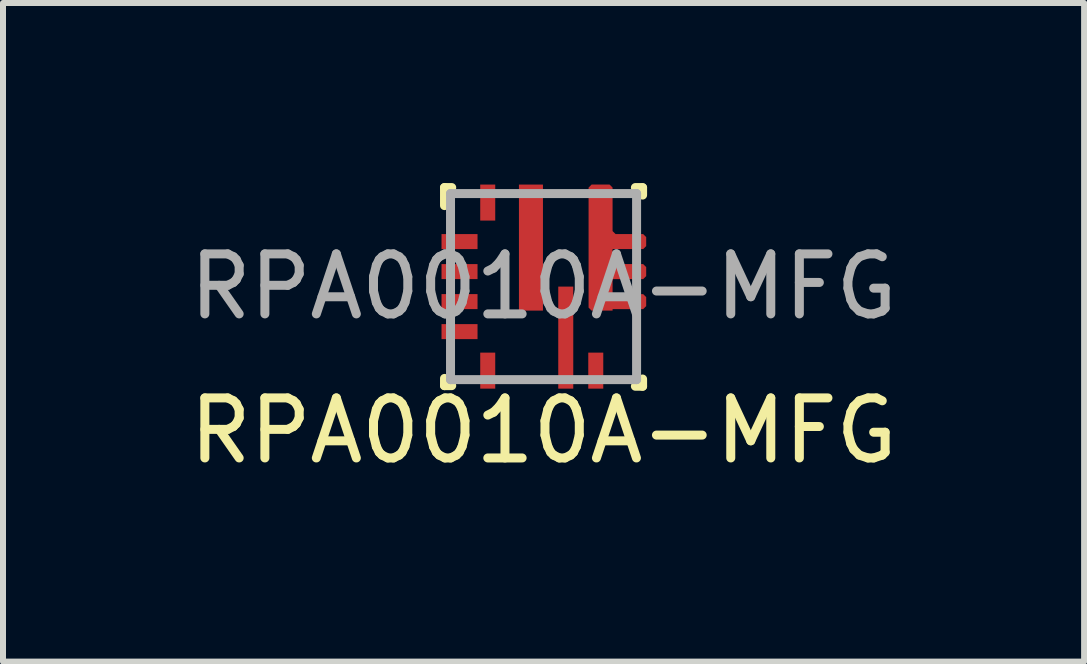
<source format=kicad_pcb>
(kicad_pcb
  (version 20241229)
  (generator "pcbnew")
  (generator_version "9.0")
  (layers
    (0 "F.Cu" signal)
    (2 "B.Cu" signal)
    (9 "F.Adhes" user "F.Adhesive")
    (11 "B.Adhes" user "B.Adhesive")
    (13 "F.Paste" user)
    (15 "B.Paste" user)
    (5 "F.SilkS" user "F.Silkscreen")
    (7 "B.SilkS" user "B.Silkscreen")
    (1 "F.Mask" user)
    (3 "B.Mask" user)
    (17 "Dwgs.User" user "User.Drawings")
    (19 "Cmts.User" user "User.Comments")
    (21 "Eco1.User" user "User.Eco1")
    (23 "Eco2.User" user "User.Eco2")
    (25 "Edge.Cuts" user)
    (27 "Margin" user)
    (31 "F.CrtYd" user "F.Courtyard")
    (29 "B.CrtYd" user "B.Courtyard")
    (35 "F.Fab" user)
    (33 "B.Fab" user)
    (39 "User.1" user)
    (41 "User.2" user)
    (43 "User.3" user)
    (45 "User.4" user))
  (footprint "RPA0010A-MFG"
    (layer "F.Cu")
    (at 6.006 1.725)
    (property "Reference" "RPA0010A-MFG" (at 0 2.4 0) (unlocked yes) (layer "F.SilkS") (effects (font (size 1 1) (thickness 0.15))))
    (attr smd)
    (fp_line (start -1.65 -1.65) (end -1.53 -1.65) (stroke (width 0.15) (type solid)) (layer "F.SilkS"))
    (fp_line (start -1.65 -1.35) (end -1.65 -1.65) (stroke (width 0.15) (type solid)) (layer "F.SilkS"))
    (fp_line (start -1.65 1.65) (end -1.65 1.53) (stroke (width 0.15) (type solid)) (layer "F.SilkS"))
    (fp_line (start -1.65 1.65) (end -1.53 1.65) (stroke (width 0.15) (type solid)) (layer "F.SilkS"))
    (fp_line (start 1.53 -1.65) (end 1.65 -1.65) (stroke (width 0.15) (type solid)) (layer "F.SilkS"))
    (fp_line (start 1.53 1.66) (end 1.65 1.66) (stroke (width 0.15) (type solid)) (layer "F.SilkS"))
    (fp_line (start 1.65 -1.525) (end 1.65 -1.645) (stroke (width 0.15) (type solid)) (layer "F.SilkS"))
    (fp_line (start 1.65 1.66) (end 1.65 1.54) (stroke (width 0.15) (type solid)) (layer "F.SilkS"))
    (fp_poly (pts (xy -0.41 0.345) (xy -0.41 -0.505) (xy -0.36 -0.555) (xy -0.06 -0.555) (xy -0.01 -0.505) (xy -0.01 0.345) (xy -0.06 0.395) (xy -0.36 0.395)) (stroke (width 0) (type solid)) (fill yes) (layer "F.Paste"))
    (fp_poly (pts (xy -0.36 -1.705) (xy -0.06 -1.705) (xy -0.01 -1.655) (xy -0.01 -0.805) (xy -0.06 -0.755) (xy -0.36 -0.755) (xy -0.41 -0.805) (xy -0.41 -1.655)) (stroke (width 0) (type solid)) (fill yes) (layer "F.Paste"))
    (fp_poly (pts (xy 0.245 1.655) (xy 0.245 1.005) (xy 0.295 0.955) (xy 0.445 0.955) (xy 0.495 1.005) (xy 0.495 1.655) (xy 0.445 1.705) (xy 0.295 1.705)) (stroke (width 0) (type solid)) (fill yes) (layer "F.Paste"))
    (fp_poly (pts (xy 0.445 0.005) (xy 0.495 0.055) (xy 0.495 0.705) (xy 0.445 0.755) (xy 0.295 0.755) (xy 0.245 0.705) (xy 0.245 0.055) (xy 0.295 0.005)) (stroke (width 0) (type solid)) (fill yes) (layer "F.Paste"))
    (fp_line (start -1.55 -1.55) (end 1.55 -1.55) (stroke (width 0.15) (type solid)) (layer "F.Fab"))
    (fp_line (start -1.55 1.55) (end -1.55 -1.55) (stroke (width 0.15) (type solid)) (layer "F.Fab"))
    (fp_line (start -1.55 1.55) (end 1.55 1.55) (stroke (width 0.15) (type solid)) (layer "F.Fab"))
    (fp_line (start 1.55 1.55) (end 1.55 -1.55) (stroke (width 0.15) (type solid)) (layer "F.Fab"))
    (fp_text user "${REFERENCE}" (at 0 0 0) (unlocked yes) (layer "F.Fab") (effects (font (size 1 1) (thickness 0.15))))
    (pad "1" smd rect (at -1.4 -0.75) (size 0.6 0.25) (layers "F.Cu" "F.Mask" "F.Paste"))
    (pad "2" smd rect (at -1.4 -0.25) (size 0.6 0.25) (layers "F.Cu" "F.Mask" "F.Paste"))
    (pad "3" smd rect (at -1.4 0.25) (size 0.6 0.25) (layers "F.Cu" "F.Mask" "F.Paste"))
    (pad "4" smd rect (at -1.4 0.75) (size 0.6 0.25) (layers "F.Cu" "F.Mask" "F.Paste"))
    (pad "5" smd rect (at -0.93 1.4 90) (size 0.6 0.25) (layers "F.Cu" "F.Mask" "F.Paste"))
    (pad "6" smd rect (at 0.37 0.85) (size 0.25 1.7) (layers "F.Cu" "F.Mask"))
    (pad "7" smd rect (at 0.87 1.4 90) (size 0.6 0.25) (layers "F.Cu" "F.Mask" "F.Paste"))
    (pad "8" smd custom (at 0.99 -0.8) (size 0.35 0.35) (layers "F.Cu" "F.Mask" "F.Paste") (options (anchor circle)) (primitives (gr_poly (pts (xy -0.19 -0.9) (xy -0.24 -0.85) (xy -0.24 1.15) (xy -0.19 1.2) (xy 0.16 1.2) (xy 0.16 1.175) (xy 0.67 1.175) (xy 0.72 1.125) (xy 0.72 0.975) (xy 0.67 0.925) (xy 0.16 0.925) (xy 0.16 0.675) (xy 0.67 0.675) (xy 0.72 0.625) (xy 0.72 0.475) (xy 0.67 0.425) (xy 0.16 0.425) (xy 0.16 0.175) (xy 0.67 0.175) (xy 0.72 0.125) (xy 0.72 -0.025) (xy 0.67 -0.075) (xy 0.21 -0.075) (xy 0.16 -0.125) (xy 0.16 -0.85) (xy 0.11 -0.9)) (width 0) (fill yes))))
    (pad "9" smd rect (at -0.21 -0.65) (size 0.4 2.1) (layers "F.Cu" "F.Mask"))
    (pad "10" smd rect (at -0.93 -1.4 90) (size 0.6 0.25) (layers "F.Cu" "F.Mask" "F.Paste")))
  (gr_rect
    (start -3 -3)
    (end 15.012 7.973)
    (stroke (width 0.1) (type default))
    (fill no)
    (layer "Edge.Cuts")))
</source>
